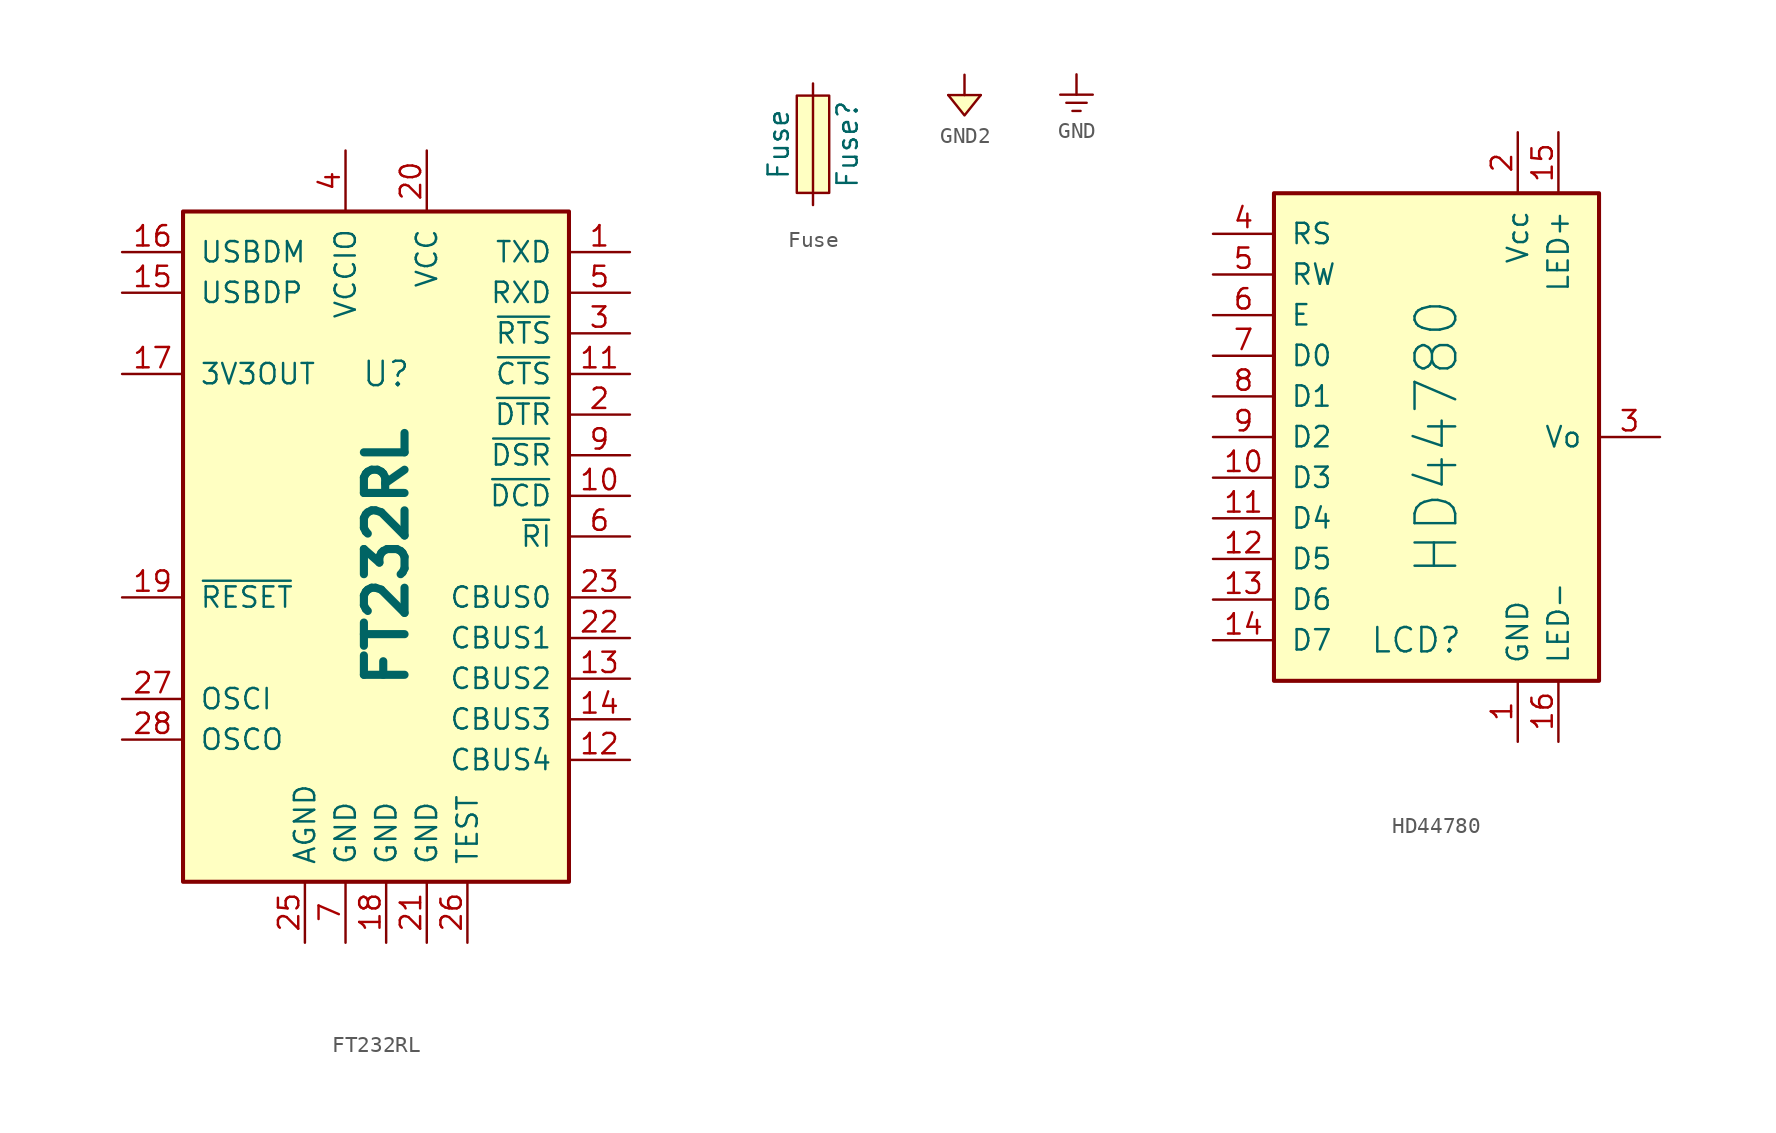
<source format=kicad_sym>
(kicad_symbol_lib
  (version 20231120)
  (generator "kicad_symbol_editor")
  (generator_version "8.0")
  (symbol "FT232RL"
    (pin_names
      (offset 1.016))
    (property "Reference" "U"
      (at 0 11.43 0)
      (effects (font (size 1.524 1.524))))
    (property "Value" "FT232RL"
      (at 0 0 90)
      (effects (font (size 2.54 2.54) (bold yes))))
    (property "Datasheet" ""
      (at 0 0 0)
      (effects (font (size 1.524 1.524))))
    (symbol "FT232RL_0_1"
      (rectangle (start -12.7 21.59) (end 11.43 -20.32) (stroke (width 0.254) (type default)) (fill (type background))))
    (symbol "FT232RL_1_1"
      (pin output line (at 15.24 19.05 180) (length 3.81) (name "TXD" (effects (font (size 1.27 1.27)))) (number "1" (effects (font (size 1.27 1.27)))))
      (pin output line (at 15.24 3.81 180) (length 3.81) (name "~{DCD}" (effects (font (size 1.27 1.27)))) (number "10" (effects (font (size 1.27 1.27)))))
      (pin output line (at 15.24 11.43 180) (length 3.81) (name "~{CTS}" (effects (font (size 1.27 1.27)))) (number "11" (effects (font (size 1.27 1.27)))))
      (pin output line (at 15.24 -12.7 180) (length 3.81) (name "CBUS4" (effects (font (size 1.27 1.27)))) (number "12" (effects (font (size 1.27 1.27)))))
      (pin output line (at 15.24 -7.62 180) (length 3.81) (name "CBUS2" (effects (font (size 1.27 1.27)))) (number "13" (effects (font (size 1.27 1.27)))))
      (pin output line (at 15.24 -10.16 180) (length 3.81) (name "CBUS3" (effects (font (size 1.27 1.27)))) (number "14" (effects (font (size 1.27 1.27)))))
      (pin input line (at -16.51 16.51 0) (length 3.81) (name "USBDP" (effects (font (size 1.27 1.27)))) (number "15" (effects (font (size 1.27 1.27)))))
      (pin input line (at -16.51 19.05 0) (length 3.81) (name "USBDM" (effects (font (size 1.27 1.27)))) (number "16" (effects (font (size 1.27 1.27)))))
      (pin input line (at -16.51 11.43 0) (length 3.81) (name "3V3OUT" (effects (font (size 1.27 1.27)))) (number "17" (effects (font (size 1.27 1.27)))))
      (pin power_in line (at 0 -24.13 90) (length 3.81) (name "GND" (effects (font (size 1.27 1.27)))) (number "18" (effects (font (size 1.27 1.27)))))
      (pin input line (at -16.51 -2.54 0) (length 3.81) (name "~{RESET}" (effects (font (size 1.27 1.27)))) (number "19" (effects (font (size 1.27 1.27)))))
      (pin output line (at 15.24 8.89 180) (length 3.81) (name "~{DTR}" (effects (font (size 1.27 1.27)))) (number "2" (effects (font (size 1.27 1.27)))))
      (pin power_in line (at 2.54 25.4 270) (length 3.81) (name "VCC" (effects (font (size 1.27 1.27)))) (number "20" (effects (font (size 1.27 1.27)))))
      (pin power_in line (at 2.54 -24.13 90) (length 3.81) (name "GND" (effects (font (size 1.27 1.27)))) (number "21" (effects (font (size 1.27 1.27)))))
      (pin output line (at 15.24 -5.08 180) (length 3.81) (name "CBUS1" (effects (font (size 1.27 1.27)))) (number "22" (effects (font (size 1.27 1.27)))))
      (pin output line (at 15.24 -2.54 180) (length 3.81) (name "CBUS0" (effects (font (size 1.27 1.27)))) (number "23" (effects (font (size 1.27 1.27)))))
      (pin power_in line (at -5.08 -24.13 90) (length 3.81) (name "AGND" (effects (font (size 1.27 1.27)))) (number "25" (effects (font (size 1.27 1.27)))))
      (pin power_in line (at 5.08 -24.13 90) (length 3.81) (name "TEST" (effects (font (size 1.27 1.27)))) (number "26" (effects (font (size 1.27 1.27)))))
      (pin input line (at -16.51 -8.89 0) (length 3.81) (name "OSCI" (effects (font (size 1.27 1.27)))) (number "27" (effects (font (size 1.27 1.27)))))
      (pin input line (at -16.51 -11.43 0) (length 3.81) (name "OSCO" (effects (font (size 1.27 1.27)))) (number "28" (effects (font (size 1.27 1.27)))))
      (pin output line (at 15.24 13.97 180) (length 3.81) (name "~{RTS}" (effects (font (size 1.27 1.27)))) (number "3" (effects (font (size 1.27 1.27)))))
      (pin passive line (at -2.54 25.4 270) (length 3.81) (name "VCCIO" (effects (font (size 1.27 1.27)))) (number "4" (effects (font (size 1.27 1.27)))))
      (pin output line (at 15.24 16.51 180) (length 3.81) (name "RXD" (effects (font (size 1.27 1.27)))) (number "5" (effects (font (size 1.27 1.27)))))
      (pin output line (at 15.24 1.27 180) (length 3.81) (name "~{RI}" (effects (font (size 1.27 1.27)))) (number "6" (effects (font (size 1.27 1.27)))))
      (pin power_in line (at -2.54 -24.13 90) (length 3.81) (name "GND" (effects (font (size 1.27 1.27)))) (number "7" (effects (font (size 1.27 1.27)))))
      (pin output line (at 15.24 6.35 180) (length 3.81) (name "~{DSR}" (effects (font (size 1.27 1.27)))) (number "9" (effects (font (size 1.27 1.27)))))))
  (symbol "Fuse"
    (pin_numbers hide)
    (pin_names
      (offset 0))
    (property "Reference" "Fuse"
      (at 2.159 0 90)
      (effects (font (size 1.27 1.27))))
    (property "Value" "Fuse"
      (at -2.159 0 90)
      (effects (font (size 1.27 1.27))))
    (property "Datasheet" ""
      (at 0 0 0)
      (effects (font (size 1.524 1.524))))
    (symbol "Fuse_0_1"
      (rectangle (start -1.016 3.048) (end 1.016 -3.048) (stroke (width 0) (type default)) (fill (type background)))
      (polyline (pts (xy 0 3.048) (xy 0 -3.048)) (stroke (width 0) (type default)) (fill (type none))))
    (symbol "Fuse_1_1"
      (pin passive line (at 0 3.81 270) (length 0.762) (name "~" (effects (font (size 1.524 1.524)))) (number "1" (effects (font (size 1.524 1.524)))))
      (pin passive line (at 0 -3.81 90) (length 0.762) (name "~" (effects (font (size 1.524 1.524)))) (number "2" (effects (font (size 1.524 1.524)))))))
  (symbol "GND2"
    (power)
    (pin_names
      (offset 0))
    (property "Reference" "#PWR"
      (at 0 0 0)
      (effects (font (size 0.762 0.762)) (hide yes)))
    (property "Footprint" ""
      (at 0 0 0)
      (effects (font (size 1.524 1.524))))
    (property "Datasheet" ""
      (at 0 0 0)
      (effects (font (size 1.524 1.524))))
    (symbol "GND2_0_1"
      (polyline (pts (xy 1.016 0) (xy -1.016 0)) (stroke (width 0) (type default)) (fill (type none)))
      (polyline (pts (xy -1.016 0) (xy 0 -1.27) (xy 1.016 0)) (stroke (width 0) (type default)) (fill (type background)))
      (rectangle (start 0 0) (end 0 1.27) (stroke (width 0) (type default)) (fill (type none))))
    (symbol "GND2_1_1"
      (pin power_in line (at 0 1.27 90) (length 0) hide (name "GND2" (effects (font (size 0.762 0.762)))) (number "1" (effects (font (size 0.762 0.762)))))))
  (symbol "GND"
    (power)
    (pin_names
      (offset 0))
    (property "Reference" "#PWR"
      (at 0 0 0)
      (effects (font (size 0.762 0.762)) (hide yes)))
    (property "Footprint" ""
      (at 0 0 0)
      (effects (font (size 1.524 1.524))))
    (property "Datasheet" ""
      (at 0 0 0)
      (effects (font (size 1.524 1.524))))
    (symbol "GND_0_1"
      (polyline (pts (xy 0.635 -0.508) (xy -0.635 -0.508)) (stroke (width 0) (type default)) (fill (type none)))
      (polyline (pts (xy 1.016 0) (xy -1.016 0)) (stroke (width 0) (type default)) (fill (type none)))
      (rectangle (start 0 0) (end 0 1.27) (stroke (width 0) (type default)) (fill (type none)))
      (rectangle (start 0.254 -1.016) (end -0.254 -1.016) (stroke (width 0) (type default)) (fill (type none))))
    (symbol "GND_1_1"
      (pin power_in line (at 0 1.27 90) (length 0) hide (name "GND" (effects (font (size 0.762 0.762)))) (number "1" (effects (font (size 0.762 0.762)))))))
  (symbol "HD44780"
    (pin_names
      (offset 1.016))
    (property "Reference" "LCD"
      (at -1.27 -12.7 0)
      (effects (font (size 1.524 1.524))))
    (property "Value" "HD44780"
      (at 0 0 90)
      (effects (font (size 2.54 2.54))))
    (property "Footprint" ""
      (at 0 0 0)
      (effects (font (size 1.524 1.524))))
    (property "Datasheet" ""
      (at 0 0 0)
      (effects (font (size 1.524 1.524))))
    (symbol "HD44780_0_1"
      (rectangle (start -10.16 -15.24) (end 10.16 15.24) (stroke (width 0.254) (type default)) (fill (type background))))
    (symbol "HD44780_1_1"
      (pin power_in line (at 5.08 -19.05 90) (length 3.81) (name "GND" (effects (font (size 1.27 1.27)))) (number "1" (effects (font (size 1.27 1.27)))))
      (pin passive line (at -13.97 -2.54 0) (length 3.81) (name "D3" (effects (font (size 1.27 1.27)))) (number "10" (effects (font (size 1.27 1.27)))))
      (pin passive line (at -13.97 -5.08 0) (length 3.81) (name "D4" (effects (font (size 1.27 1.27)))) (number "11" (effects (font (size 1.27 1.27)))))
      (pin passive line (at -13.97 -7.62 0) (length 3.81) (name "D5" (effects (font (size 1.27 1.27)))) (number "12" (effects (font (size 1.27 1.27)))))
      (pin passive line (at -13.97 -10.16 0) (length 3.81) (name "D6" (effects (font (size 1.27 1.27)))) (number "13" (effects (font (size 1.27 1.27)))))
      (pin passive line (at -13.97 -12.7 0) (length 3.81) (name "D7" (effects (font (size 1.27 1.27)))) (number "14" (effects (font (size 1.27 1.27)))))
      (pin passive line (at 7.62 19.05 270) (length 3.81) (name "LED+" (effects (font (size 1.27 1.27)))) (number "15" (effects (font (size 1.27 1.27)))))
      (pin passive line (at 7.62 -19.05 90) (length 3.81) (name "LED-" (effects (font (size 1.27 1.27)))) (number "16" (effects (font (size 1.27 1.27)))))
      (pin power_in line (at 5.08 19.05 270) (length 3.81) (name "Vcc" (effects (font (size 1.27 1.27)))) (number "2" (effects (font (size 1.27 1.27)))))
      (pin passive line (at 13.97 0 180) (length 3.81) (name "Vo" (effects (font (size 1.27 1.27)))) (number "3" (effects (font (size 1.27 1.27)))))
      (pin passive line (at -13.97 12.7 0) (length 3.81) (name "RS" (effects (font (size 1.27 1.27)))) (number "4" (effects (font (size 1.27 1.27)))))
      (pin passive line (at -13.97 10.16 0) (length 3.81) (name "RW" (effects (font (size 1.27 1.27)))) (number "5" (effects (font (size 1.27 1.27)))))
      (pin passive line (at -13.97 7.62 0) (length 3.81) (name "E" (effects (font (size 1.27 1.27)))) (number "6" (effects (font (size 1.27 1.27)))))
      (pin passive line (at -13.97 5.08 0) (length 3.81) (name "D0" (effects (font (size 1.27 1.27)))) (number "7" (effects (font (size 1.27 1.27)))))
      (pin passive line (at -13.97 2.54 0) (length 3.81) (name "D1" (effects (font (size 1.27 1.27)))) (number "8" (effects (font (size 1.27 1.27)))))
      (pin passive line (at -13.97 0 0) (length 3.81) (name "D2" (effects (font (size 1.27 1.27)))) (number "9" (effects (font (size 1.27 1.27))))))))
</source>
